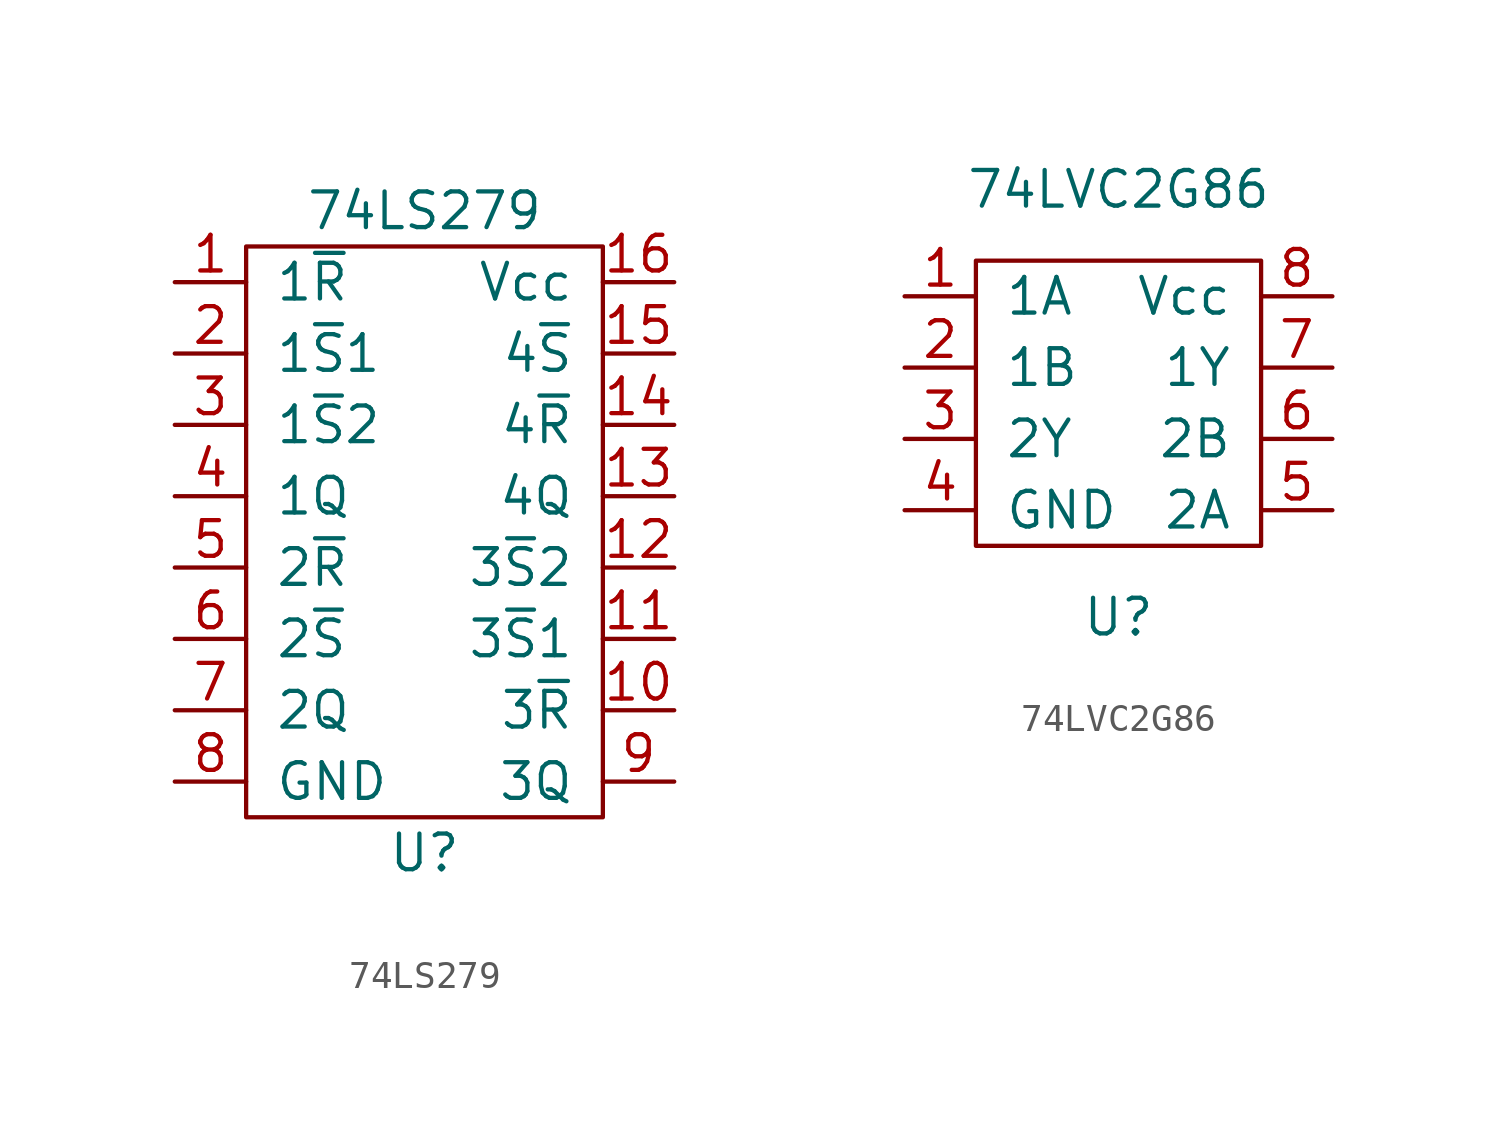
<source format=kicad_sym>
(kicad_symbol_lib
  (version 20211014)
  (generator kicad_symbol_editor)
  (symbol "74LS279"
    (pin_names
      (offset 1.016))
    (property "Reference" "U"
      (at 0 -11.43 0)
      (effects (font (size 1.27 1.27))))
    (property "Value" "74LS279"
      (at 0 11.43 0)
      (effects (font (size 1.27 1.27))))
    (symbol "74LS279_0_1"
      (rectangle (start -6.35 10.16) (end 6.35 -10.16) (stroke (width 0) (type default) (color 0 0 0 0)) (fill (type none))))
    (symbol "74LS279_1_1"
      (pin input line (at -8.89 8.89 0) (length 2.54) (name "1~{R}" (effects (font (size 1.27 1.27)))) (number "1" (effects (font (size 1.27 1.27)))))
      (pin input line (at 8.89 -6.35 180) (length 2.54) (name "3~{R}" (effects (font (size 1.27 1.27)))) (number "10" (effects (font (size 1.27 1.27)))))
      (pin input line (at 8.89 -3.81 180) (length 2.54) (name "3~{S}1" (effects (font (size 1.27 1.27)))) (number "11" (effects (font (size 1.27 1.27)))))
      (pin input line (at 8.89 -1.27 180) (length 2.54) (name "3~{S}2" (effects (font (size 1.27 1.27)))) (number "12" (effects (font (size 1.27 1.27)))))
      (pin input line (at 8.89 1.27 180) (length 2.54) (name "4Q" (effects (font (size 1.27 1.27)))) (number "13" (effects (font (size 1.27 1.27)))))
      (pin input line (at 8.89 3.81 180) (length 2.54) (name "4~{R}" (effects (font (size 1.27 1.27)))) (number "14" (effects (font (size 1.27 1.27)))))
      (pin input line (at 8.89 6.35 180) (length 2.54) (name "4~{S}" (effects (font (size 1.27 1.27)))) (number "15" (effects (font (size 1.27 1.27)))))
      (pin input line (at 8.89 8.89 180) (length 2.54) (name "Vcc" (effects (font (size 1.27 1.27)))) (number "16" (effects (font (size 1.27 1.27)))))
      (pin input line (at -8.89 6.35 0) (length 2.54) (name "1~{S}1" (effects (font (size 1.27 1.27)))) (number "2" (effects (font (size 1.27 1.27)))))
      (pin input line (at -8.89 3.81 0) (length 2.54) (name "1~{S}2" (effects (font (size 1.27 1.27)))) (number "3" (effects (font (size 1.27 1.27)))))
      (pin input line (at -8.89 1.27 0) (length 2.54) (name "1Q" (effects (font (size 1.27 1.27)))) (number "4" (effects (font (size 1.27 1.27)))))
      (pin input line (at -8.89 -1.27 0) (length 2.54) (name "2~{R}" (effects (font (size 1.27 1.27)))) (number "5" (effects (font (size 1.27 1.27)))))
      (pin input line (at -8.89 -3.81 0) (length 2.54) (name "2~{S}" (effects (font (size 1.27 1.27)))) (number "6" (effects (font (size 1.27 1.27)))))
      (pin input line (at -8.89 -6.35 0) (length 2.54) (name "2Q" (effects (font (size 1.27 1.27)))) (number "7" (effects (font (size 1.27 1.27)))))
      (pin input line (at -8.89 -8.89 0) (length 2.54) (name "GND" (effects (font (size 1.27 1.27)))) (number "8" (effects (font (size 1.27 1.27)))))
      (pin input line (at 8.89 -8.89 180) (length 2.54) (name "3Q" (effects (font (size 1.27 1.27)))) (number "9" (effects (font (size 1.27 1.27)))))))
  (symbol "74LVC2G86"
    (pin_names
      (offset 1.016))
    (property "Reference" "U"
      (at 0 -7.62 0)
      (effects (font (size 1.27 1.27))))
    (property "Value" "74LVC2G86"
      (at 0 7.62 0)
      (effects (font (size 1.27 1.27))))
    (symbol "74LVC2G86_0_1"
      (rectangle (start -5.08 5.08) (end 5.08 -5.08) (stroke (width 0) (type default) (color 0 0 0 0)) (fill (type none))))
    (symbol "74LVC2G86_1_1"
      (pin input line (at -7.62 3.81 0) (length 2.54) (name "1A" (effects (font (size 1.27 1.27)))) (number "1" (effects (font (size 1.27 1.27)))))
      (pin input line (at -7.62 1.27 0) (length 2.54) (name "1B" (effects (font (size 1.27 1.27)))) (number "2" (effects (font (size 1.27 1.27)))))
      (pin input line (at -7.62 -1.27 0) (length 2.54) (name "2Y" (effects (font (size 1.27 1.27)))) (number "3" (effects (font (size 1.27 1.27)))))
      (pin input line (at -7.62 -3.81 0) (length 2.54) (name "GND" (effects (font (size 1.27 1.27)))) (number "4" (effects (font (size 1.27 1.27)))))
      (pin input line (at 7.62 -3.81 180) (length 2.54) (name "2A" (effects (font (size 1.27 1.27)))) (number "5" (effects (font (size 1.27 1.27)))))
      (pin input line (at 7.62 -1.27 180) (length 2.54) (name "2B" (effects (font (size 1.27 1.27)))) (number "6" (effects (font (size 1.27 1.27)))))
      (pin input line (at 7.62 1.27 180) (length 2.54) (name "1Y" (effects (font (size 1.27 1.27)))) (number "7" (effects (font (size 1.27 1.27)))))
      (pin input line (at 7.62 3.81 180) (length 2.54) (name "Vcc" (effects (font (size 1.27 1.27)))) (number "8" (effects (font (size 1.27 1.27))))))))
</source>
